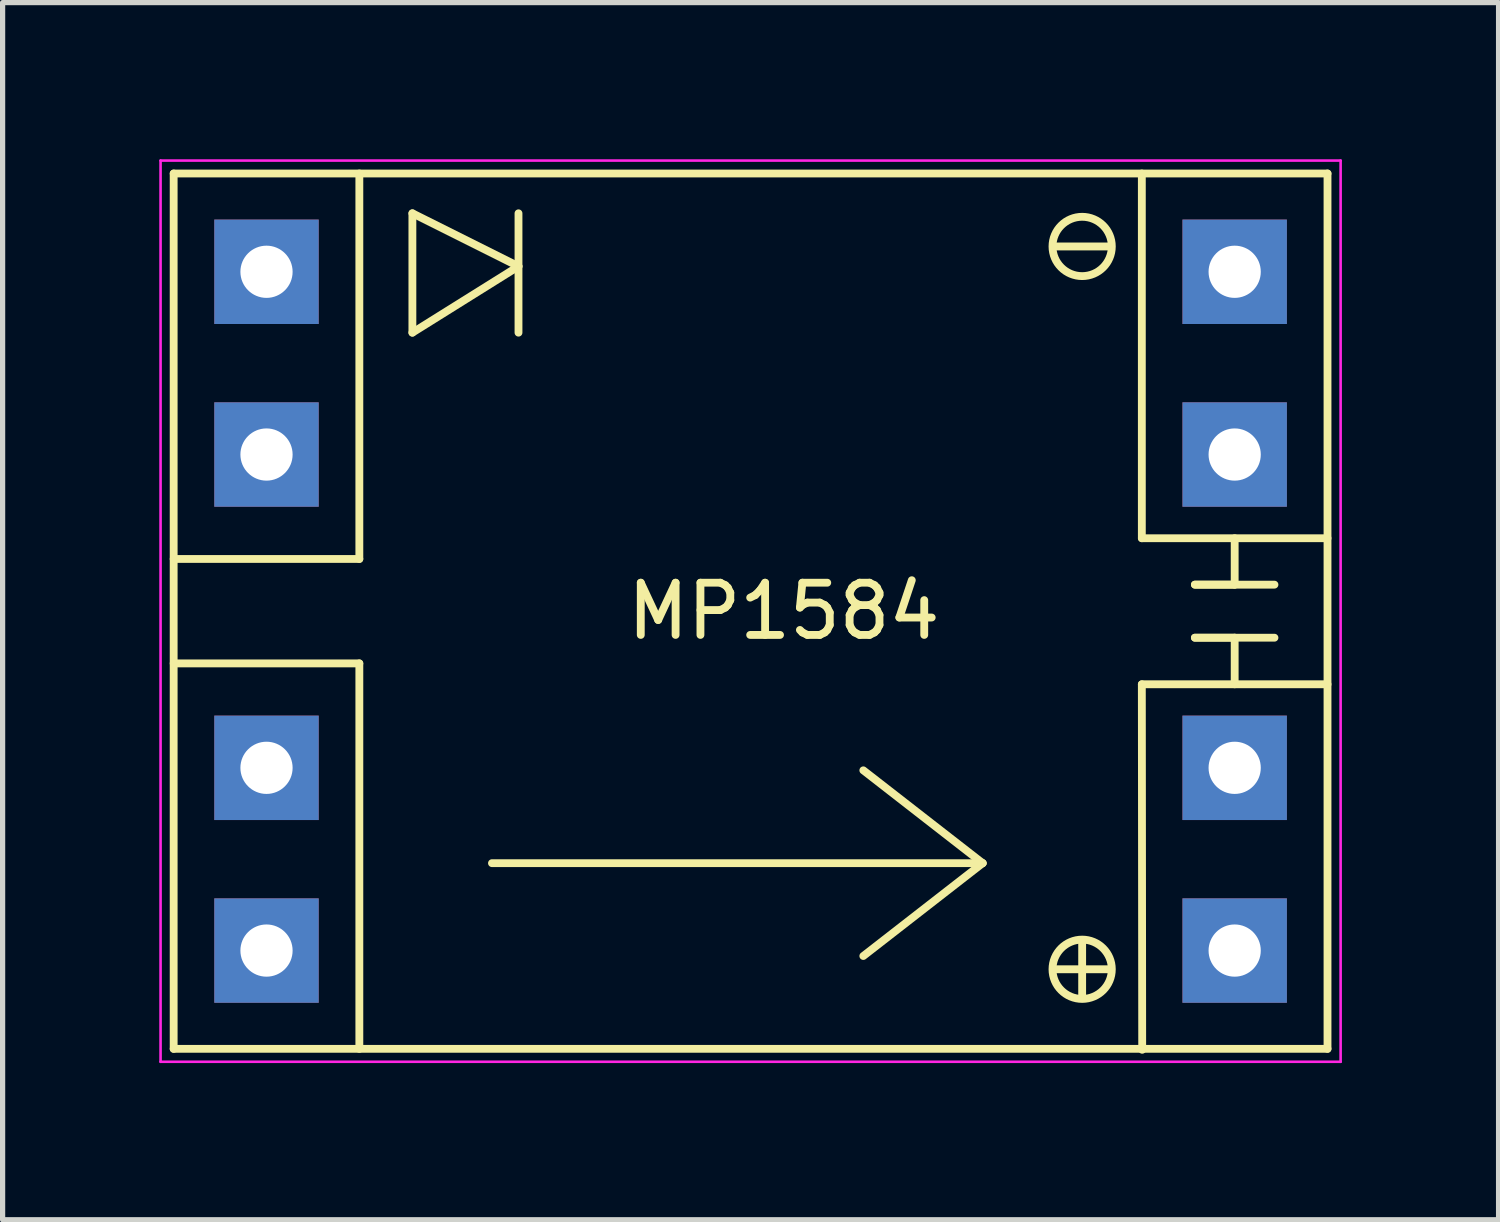
<source format=kicad_pcb>
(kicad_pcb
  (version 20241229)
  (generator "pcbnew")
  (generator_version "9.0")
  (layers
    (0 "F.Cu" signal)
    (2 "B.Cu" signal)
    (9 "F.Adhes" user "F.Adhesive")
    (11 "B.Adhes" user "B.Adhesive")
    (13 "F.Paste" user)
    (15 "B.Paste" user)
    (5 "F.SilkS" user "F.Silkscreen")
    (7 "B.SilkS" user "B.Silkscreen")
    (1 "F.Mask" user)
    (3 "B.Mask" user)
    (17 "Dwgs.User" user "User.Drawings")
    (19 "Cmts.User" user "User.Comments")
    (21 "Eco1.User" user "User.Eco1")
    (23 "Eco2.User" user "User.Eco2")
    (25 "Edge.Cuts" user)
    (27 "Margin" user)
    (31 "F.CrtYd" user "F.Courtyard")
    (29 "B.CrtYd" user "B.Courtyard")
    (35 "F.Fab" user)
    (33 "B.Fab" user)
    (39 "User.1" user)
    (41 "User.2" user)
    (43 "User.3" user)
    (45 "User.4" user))
  (footprint "MP1584"
    (layer "F.Cu")
    (at 11.325 8.655)
    (property "Reference" "MP1584" (at 0.635 0 0) (layer "F.SilkS") (effects (font (size 1 1) (thickness 0.15))))
    (attr through_hole)
    (fp_line (start -11.049 -8.382) (end 11.049 -8.382) (stroke (width 0.15) (type solid)) (layer "F.SilkS"))
    (fp_line (start -11.049 1) (end -7.493 1) (stroke (width 0.15) (type solid)) (layer "F.SilkS"))
    (fp_line (start -11.049 8.382) (end -11.049 -8.382) (stroke (width 0.15) (type solid)) (layer "F.SilkS"))
    (fp_line (start -7.493 -8.382) (end -7.493 -1) (stroke (width 0.15) (type solid)) (layer "F.SilkS"))
    (fp_line (start -7.493 -1) (end -11.049 -1) (stroke (width 0.15) (type solid)) (layer "F.SilkS"))
    (fp_line (start -7.493 1) (end -7.493 8.382) (stroke (width 0.15) (type solid)) (layer "F.SilkS"))
    (fp_line (start -6.477 -7.62) (end -6.477 -5.334) (stroke (width 0.15) (type solid)) (layer "F.SilkS"))
    (fp_line (start -6.477 -5.334) (end -4.445 -6.604) (stroke (width 0.15) (type solid)) (layer "F.SilkS"))
    (fp_line (start -4.953 4.826) (end 4.445 4.826) (stroke (width 0.15) (type solid)) (layer "F.SilkS"))
    (fp_line (start -4.445 -7.62) (end -4.445 -5.334) (stroke (width 0.15) (type solid)) (layer "F.SilkS"))
    (fp_line (start -4.445 -6.604) (end -6.477 -7.62) (stroke (width 0.15) (type solid)) (layer "F.SilkS"))
    (fp_line (start 4.445 4.826) (end 2.159 3.048) (stroke (width 0.15) (type solid)) (layer "F.SilkS"))
    (fp_line (start 4.445 4.826) (end 2.159 6.604) (stroke (width 0.15) (type solid)) (layer "F.SilkS"))
    (fp_line (start 5.842 -6.985) (end 6.858 -6.985) (stroke (width 0.15) (type solid)) (layer "F.SilkS"))
    (fp_line (start 5.842 6.858) (end 6.858 6.858) (stroke (width 0.15) (type solid)) (layer "F.SilkS"))
    (fp_line (start 6.35 6.35) (end 6.35 7.366) (stroke (width 0.15) (type solid)) (layer "F.SilkS"))
    (fp_line (start 7.493 -1.397) (end 7.493 -8.382) (stroke (width 0.15) (type solid)) (layer "F.SilkS"))
    (fp_line (start 7.493 1.4) (end 11.049 1.4) (stroke (width 0.15) (type solid)) (layer "F.SilkS"))
    (fp_line (start 7.5 8.4) (end 7.493 1.4) (stroke (width 0.15) (type solid)) (layer "F.SilkS"))
    (fp_line (start 8.509 -0.508) (end 10.033 -0.508) (stroke (width 0.15) (type solid)) (layer "F.SilkS"))
    (fp_line (start 8.509 0.508) (end 9.271 0.508) (stroke (width 0.15) (type solid)) (layer "F.SilkS"))
    (fp_line (start 9.271 -1.397) (end 9.271 -0.508) (stroke (width 0.15) (type solid)) (layer "F.SilkS"))
    (fp_line (start 9.271 -0.508) (end 8.509 -0.508) (stroke (width 0.15) (type solid)) (layer "F.SilkS"))
    (fp_line (start 9.271 0.508) (end 9.271 1.4) (stroke (width 0.15) (type solid)) (layer "F.SilkS"))
    (fp_line (start 10.033 0.508) (end 8.509 0.508) (stroke (width 0.15) (type solid)) (layer "F.SilkS"))
    (fp_line (start 11.049 -8.382) (end 11.049 8.382) (stroke (width 0.15) (type solid)) (layer "F.SilkS"))
    (fp_line (start 11.049 -1.397) (end 7.493 -1.397) (stroke (width 0.15) (type solid)) (layer "F.SilkS"))
    (fp_line (start 11.049 8.382) (end -11.049 8.382) (stroke (width 0.15) (type solid)) (layer "F.SilkS"))
    (fp_circle (center 6.35 -6.985) (end 6.858 -7.239) (stroke (width 0.15) (type solid)) (fill no) (layer "F.SilkS"))
    (fp_circle (center 6.35 6.858) (end 6.858 7.112) (stroke (width 0.15) (type solid)) (fill no) (layer "F.SilkS"))
    (fp_line (start -11.3 -8.63) (end 11.3 -8.63) (stroke (width 0.05) (type solid)) (layer "F.CrtYd"))
    (fp_line (start -11.3 8.63) (end -11.3 -8.63) (stroke (width 0.05) (type solid)) (layer "F.CrtYd"))
    (fp_line (start 11.3 -8.63) (end 11.3 8.63) (stroke (width 0.05) (type solid)) (layer "F.CrtYd"))
    (fp_line (start 11.3 8.63) (end -11.3 8.63) (stroke (width 0.05) (type solid)) (layer "F.CrtYd"))
    (pad "1" thru_hole rect (at -9.271 -6.5) (size 2 2) (drill 1) (layers "*.Cu" "*.Mask"))
    (pad "1" thru_hole rect (at -9.271 -3) (size 2 2) (drill 1) (layers "*.Cu" "*.Mask"))
    (pad "2" thru_hole rect (at -9.271 3) (size 2 2) (drill 1) (layers "*.Cu" "*.Mask"))
    (pad "2" thru_hole rect (at -9.271 6.5) (size 2 2) (drill 1) (layers "*.Cu" "*.Mask"))
    (pad "3" thru_hole rect (at 9.271 -6.5) (size 2 2) (drill 1) (layers "*.Cu" "*.Mask"))
    (pad "3" thru_hole rect (at 9.271 -3) (size 2 2) (drill 1) (layers "*.Cu" "*.Mask"))
    (pad "4" thru_hole rect (at 9.271 3) (size 2 2) (drill 1) (layers "*.Cu" "*.Mask"))
    (pad "4" thru_hole rect (at 9.271 6.5) (size 2 2) (drill 1) (layers "*.Cu" "*.Mask")))
  (gr_rect
    (start -3 -3)
    (end 25.65 20.31)
    (stroke (width 0.1) (type default))
    (fill no)
    (layer "Edge.Cuts")))
</source>
